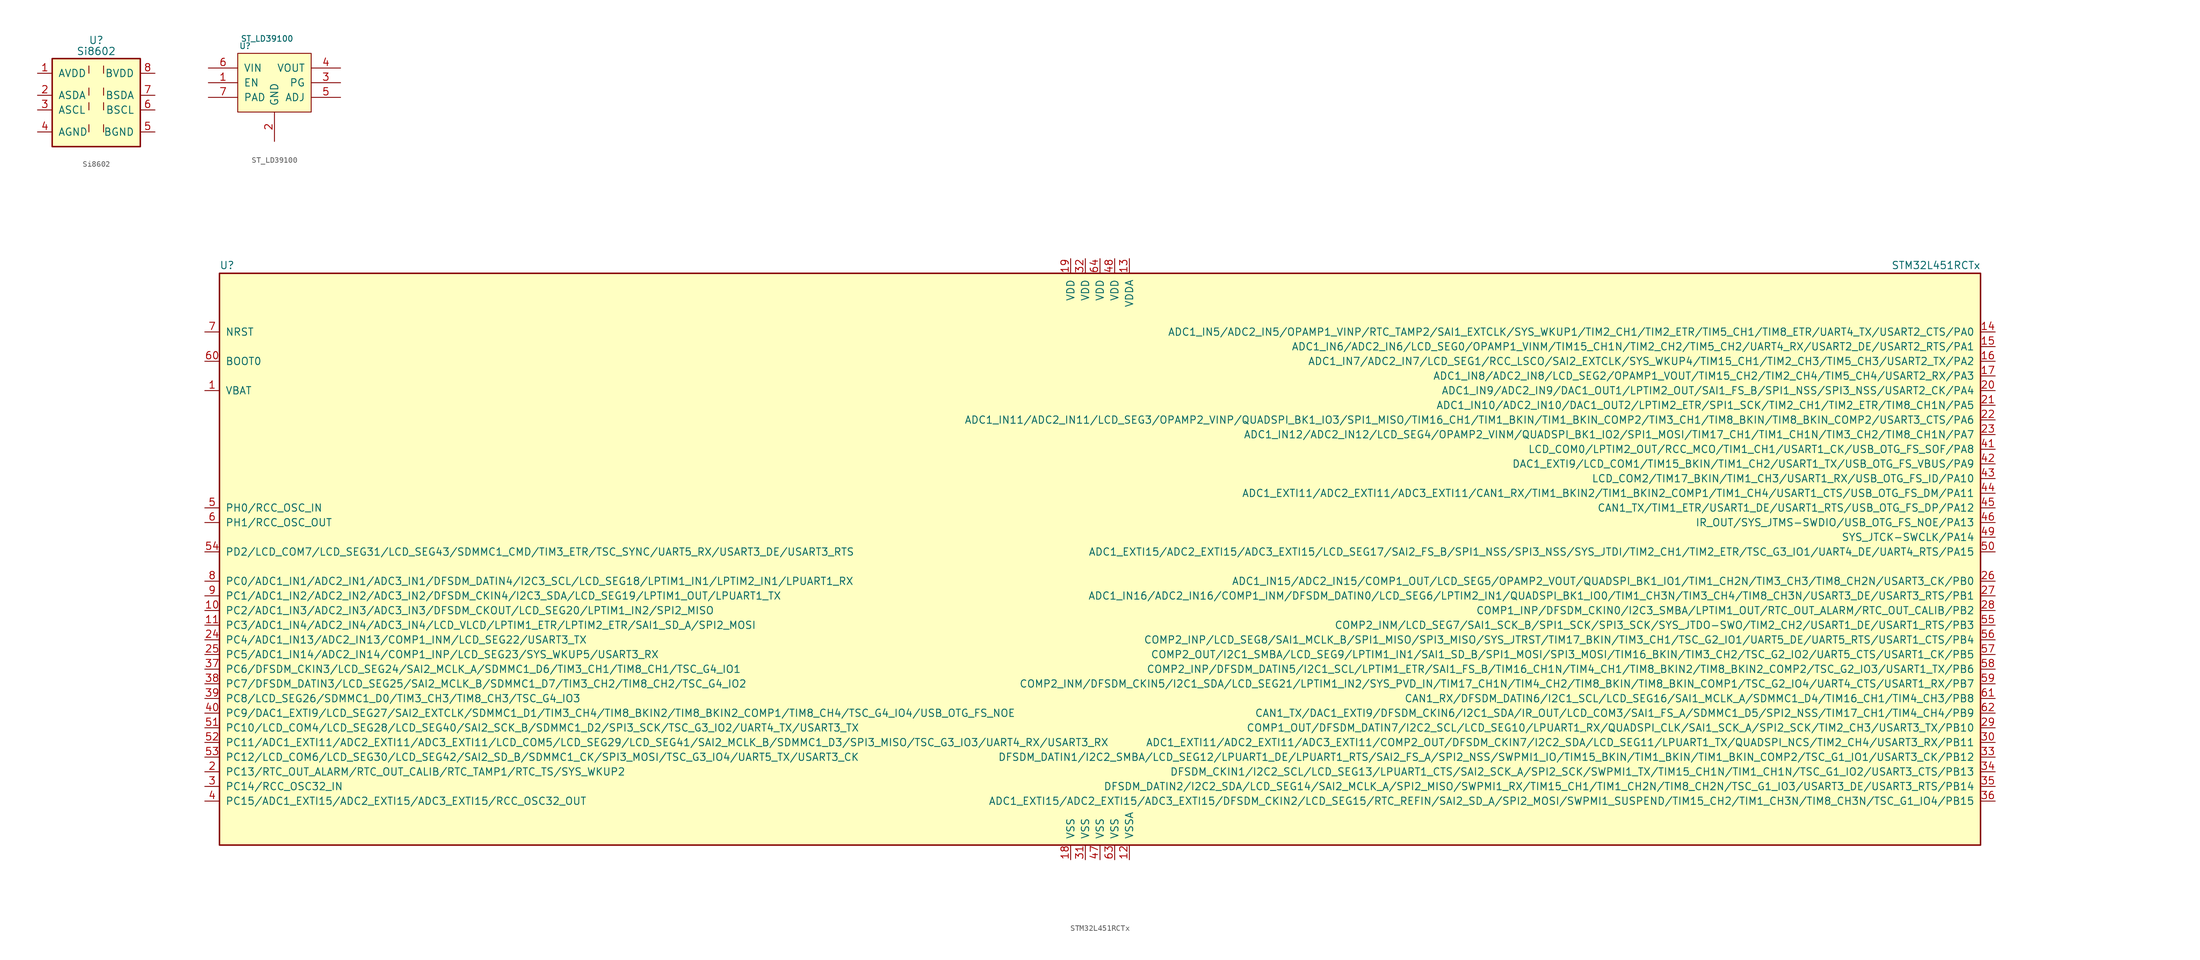
<source format=kicad_sym>
(kicad_symbol_lib
  (version 20211014)
  (generator kicad_symbol_editor)
  (symbol "Si8602"
    (pin_names
      (offset 1.016))
    (property "Reference" "U"
      (at 0 10.795 0)
      (effects (font (size 1.27 1.27))))
    (property "Value" "Si8602"
      (at 0 8.89 0)
      (effects (font (size 1.27 1.27))))
    (symbol "Si8602_0_1"
      (rectangle (start -7.62 7.62) (end 7.62 -7.62) (stroke (width 0.254) (type default) (color 0 0 0 0)) (fill (type background)))
      (polyline (pts (xy -1.27 -3.81) (xy -1.27 -5.08)) (stroke (width 0) (type default) (color 0 0 0 0)) (fill (type none)))
      (polyline (pts (xy -1.27 0) (xy -1.27 -1.27)) (stroke (width 0) (type default) (color 0 0 0 0)) (fill (type none)))
      (polyline (pts (xy -1.27 2.54) (xy -1.27 1.27)) (stroke (width 0) (type default) (color 0 0 0 0)) (fill (type none)))
      (polyline (pts (xy -1.27 6.35) (xy -1.27 5.08)) (stroke (width 0) (type default) (color 0 0 0 0)) (fill (type none)))
      (polyline (pts (xy 1.27 -3.81) (xy 1.27 -5.08)) (stroke (width 0) (type default) (color 0 0 0 0)) (fill (type none)))
      (polyline (pts (xy 1.27 0) (xy 1.27 -1.27)) (stroke (width 0) (type default) (color 0 0 0 0)) (fill (type none)))
      (polyline (pts (xy 1.27 2.54) (xy 1.27 1.27)) (stroke (width 0) (type default) (color 0 0 0 0)) (fill (type none)))
      (polyline (pts (xy 1.27 6.35) (xy 1.27 5.08)) (stroke (width 0) (type default) (color 0 0 0 0)) (fill (type none))))
    (symbol "Si8602_1_1"
      (pin power_in line (at -10.16 5.08 0) (length 2.54) (name "AVDD" (effects (font (size 1.27 1.27)))) (number "1" (effects (font (size 1.27 1.27)))))
      (pin input line (at -10.16 1.27 0) (length 2.54) (name "ASDA" (effects (font (size 1.27 1.27)))) (number "2" (effects (font (size 1.27 1.27)))))
      (pin input line (at -10.16 -1.27 0) (length 2.54) (name "ASCL" (effects (font (size 1.27 1.27)))) (number "3" (effects (font (size 1.27 1.27)))))
      (pin power_in line (at -10.16 -5.08 0) (length 2.54) (name "AGND" (effects (font (size 1.27 1.27)))) (number "4" (effects (font (size 1.27 1.27)))))
      (pin power_in line (at 10.16 -5.08 180) (length 2.54) (name "BGND" (effects (font (size 1.27 1.27)))) (number "5" (effects (font (size 1.27 1.27)))))
      (pin output line (at 10.16 -1.27 180) (length 2.54) (name "BSCL" (effects (font (size 1.27 1.27)))) (number "6" (effects (font (size 1.27 1.27)))))
      (pin output line (at 10.16 1.27 180) (length 2.54) (name "BSDA" (effects (font (size 1.27 1.27)))) (number "7" (effects (font (size 1.27 1.27)))))
      (pin power_in line (at 10.16 5.08 180) (length 2.54) (name "BVDD" (effects (font (size 1.27 1.27)))) (number "8" (effects (font (size 1.27 1.27)))))))
  (symbol "ST_LD39100"
    (pin_names
      (offset 1.016))
    (property "Reference" "U"
      (at -5.08 1.27 0)
      (effects (font (size 0.991 0.991))))
    (property "Value" "ST_LD39100"
      (at -1.27 2.54 0)
      (effects (font (size 0.991 0.991))))
    (symbol "ST_LD39100_0_1"
      (rectangle (start -6.35 0) (end 6.35 -10.16) (stroke (width 0) (type default) (color 0 0 0 0)) (fill (type background))))
    (symbol "ST_LD39100_1_1"
      (pin input line (at -11.43 -5.08 0) (length 5.08) (name "EN" (effects (font (size 1.27 1.27)))) (number "1" (effects (font (size 1.27 1.27)))))
      (pin input line (at 0 -15.24 90) (length 5.08) (name "GND" (effects (font (size 1.27 1.27)))) (number "2" (effects (font (size 1.27 1.27)))))
      (pin input line (at 11.43 -5.08 180) (length 5.08) (name "PG" (effects (font (size 1.27 1.27)))) (number "3" (effects (font (size 1.27 1.27)))))
      (pin input line (at 11.43 -2.54 180) (length 5.08) (name "VOUT" (effects (font (size 1.27 1.27)))) (number "4" (effects (font (size 1.27 1.27)))))
      (pin input line (at 11.43 -7.62 180) (length 5.08) (name "ADJ" (effects (font (size 1.27 1.27)))) (number "5" (effects (font (size 1.27 1.27)))))
      (pin input line (at -11.43 -2.54 0) (length 5.08) (name "VIN" (effects (font (size 1.27 1.27)))) (number "6" (effects (font (size 1.27 1.27)))))
      (pin input line (at -11.43 -7.62 0) (length 5.08) (name "PAD" (effects (font (size 1.27 1.27)))) (number "7" (effects (font (size 1.27 1.27)))))))
  (symbol "STM32L451RCTx"
    (pin_names
      (offset 1.016))
    (property "Reference" "U"
      (at -152.4 51.435 0)
      (effects (font (size 1.27 1.27)) (justify left bottom)))
    (property "Value" "STM32L451RCTx"
      (at 152.4 51.435 0)
      (effects (font (size 1.27 1.27)) (justify right bottom)))
    (property "ki_locked" ""
      (at 0 0 0)
      (effects (font (size 1.27 1.27))))
    (symbol "STM32L451RCTx_0_1"
      (rectangle (start -152.4 -48.26) (end 152.4 50.8) (stroke (width 0.254) (type default) (color 0 0 0 0)) (fill (type background))))
    (symbol "STM32L451RCTx_1_1"
      (pin power_in line (at -154.94 30.48 0) (length 2.54) (name "VBAT" (effects (font (size 1.27 1.27)))) (number "1" (effects (font (size 1.27 1.27)))))
      (pin bidirectional line (at -154.94 -7.62 0) (length 2.54) (name "PC2/ADC1_IN3/ADC2_IN3/ADC3_IN3/DFSDM_CKOUT/LCD_SEG20/LPTIM1_IN2/SPI2_MISO" (effects (font (size 1.27 1.27)))) (number "10" (effects (font (size 1.27 1.27)))))
      (pin bidirectional line (at -154.94 -10.16 0) (length 2.54) (name "PC3/ADC1_IN4/ADC2_IN4/ADC3_IN4/LCD_VLCD/LPTIM1_ETR/LPTIM2_ETR/SAI1_SD_A/SPI2_MOSI" (effects (font (size 1.27 1.27)))) (number "11" (effects (font (size 1.27 1.27)))))
      (pin power_in line (at 5.08 -50.8 90) (length 2.54) (name "VSSA" (effects (font (size 1.27 1.27)))) (number "12" (effects (font (size 1.27 1.27)))))
      (pin power_in line (at 5.08 53.34 270) (length 2.54) (name "VDDA" (effects (font (size 1.27 1.27)))) (number "13" (effects (font (size 1.27 1.27)))))
      (pin bidirectional line (at 154.94 40.64 180) (length 2.54) (name "ADC1_IN5/ADC2_IN5/OPAMP1_VINP/RTC_TAMP2/SAI1_EXTCLK/SYS_WKUP1/TIM2_CH1/TIM2_ETR/TIM5_CH1/TIM8_ETR/UART4_TX/USART2_CTS/PA0" (effects (font (size 1.27 1.27)))) (number "14" (effects (font (size 1.27 1.27)))))
      (pin bidirectional line (at 154.94 38.1 180) (length 2.54) (name "ADC1_IN6/ADC2_IN6/LCD_SEG0/OPAMP1_VINM/TIM15_CH1N/TIM2_CH2/TIM5_CH2/UART4_RX/USART2_DE/USART2_RTS/PA1" (effects (font (size 1.27 1.27)))) (number "15" (effects (font (size 1.27 1.27)))))
      (pin bidirectional line (at 154.94 35.56 180) (length 2.54) (name "ADC1_IN7/ADC2_IN7/LCD_SEG1/RCC_LSCO/SAI2_EXTCLK/SYS_WKUP4/TIM15_CH1/TIM2_CH3/TIM5_CH3/USART2_TX/PA2" (effects (font (size 1.27 1.27)))) (number "16" (effects (font (size 1.27 1.27)))))
      (pin bidirectional line (at 154.94 33.02 180) (length 2.54) (name "ADC1_IN8/ADC2_IN8/LCD_SEG2/OPAMP1_VOUT/TIM15_CH2/TIM2_CH4/TIM5_CH4/USART2_RX/PA3" (effects (font (size 1.27 1.27)))) (number "17" (effects (font (size 1.27 1.27)))))
      (pin power_in line (at -5.08 -50.8 90) (length 2.54) (name "VSS" (effects (font (size 1.27 1.27)))) (number "18" (effects (font (size 1.27 1.27)))))
      (pin power_in line (at -5.08 53.34 270) (length 2.54) (name "VDD" (effects (font (size 1.27 1.27)))) (number "19" (effects (font (size 1.27 1.27)))))
      (pin bidirectional line (at -154.94 -35.56 0) (length 2.54) (name "PC13/RTC_OUT_ALARM/RTC_OUT_CALIB/RTC_TAMP1/RTC_TS/SYS_WKUP2" (effects (font (size 1.27 1.27)))) (number "2" (effects (font (size 1.27 1.27)))))
      (pin bidirectional line (at 154.94 30.48 180) (length 2.54) (name "ADC1_IN9/ADC2_IN9/DAC1_OUT1/LPTIM2_OUT/SAI1_FS_B/SPI1_NSS/SPI3_NSS/USART2_CK/PA4" (effects (font (size 1.27 1.27)))) (number "20" (effects (font (size 1.27 1.27)))))
      (pin bidirectional line (at 154.94 27.94 180) (length 2.54) (name "ADC1_IN10/ADC2_IN10/DAC1_OUT2/LPTIM2_ETR/SPI1_SCK/TIM2_CH1/TIM2_ETR/TIM8_CH1N/PA5" (effects (font (size 1.27 1.27)))) (number "21" (effects (font (size 1.27 1.27)))))
      (pin bidirectional line (at 154.94 25.4 180) (length 2.54) (name "ADC1_IN11/ADC2_IN11/LCD_SEG3/OPAMP2_VINP/QUADSPI_BK1_IO3/SPI1_MISO/TIM16_CH1/TIM1_BKIN/TIM1_BKIN_COMP2/TIM3_CH1/TIM8_BKIN/TIM8_BKIN_COMP2/USART3_CTS/PA6" (effects (font (size 1.27 1.27)))) (number "22" (effects (font (size 1.27 1.27)))))
      (pin bidirectional line (at 154.94 22.86 180) (length 2.54) (name "ADC1_IN12/ADC2_IN12/LCD_SEG4/OPAMP2_VINM/QUADSPI_BK1_IO2/SPI1_MOSI/TIM17_CH1/TIM1_CH1N/TIM3_CH2/TIM8_CH1N/PA7" (effects (font (size 1.27 1.27)))) (number "23" (effects (font (size 1.27 1.27)))))
      (pin bidirectional line (at -154.94 -12.7 0) (length 2.54) (name "PC4/ADC1_IN13/ADC2_IN13/COMP1_INM/LCD_SEG22/USART3_TX" (effects (font (size 1.27 1.27)))) (number "24" (effects (font (size 1.27 1.27)))))
      (pin bidirectional line (at -154.94 -15.24 0) (length 2.54) (name "PC5/ADC1_IN14/ADC2_IN14/COMP1_INP/LCD_SEG23/SYS_WKUP5/USART3_RX" (effects (font (size 1.27 1.27)))) (number "25" (effects (font (size 1.27 1.27)))))
      (pin bidirectional line (at 154.94 -2.54 180) (length 2.54) (name "ADC1_IN15/ADC2_IN15/COMP1_OUT/LCD_SEG5/OPAMP2_VOUT/QUADSPI_BK1_IO1/TIM1_CH2N/TIM3_CH3/TIM8_CH2N/USART3_CK/PB0" (effects (font (size 1.27 1.27)))) (number "26" (effects (font (size 1.27 1.27)))))
      (pin bidirectional line (at 154.94 -5.08 180) (length 2.54) (name "ADC1_IN16/ADC2_IN16/COMP1_INM/DFSDM_DATIN0/LCD_SEG6/LPTIM2_IN1/QUADSPI_BK1_IO0/TIM1_CH3N/TIM3_CH4/TIM8_CH3N/USART3_DE/USART3_RTS/PB1" (effects (font (size 1.27 1.27)))) (number "27" (effects (font (size 1.27 1.27)))))
      (pin bidirectional line (at 154.94 -7.62 180) (length 2.54) (name "COMP1_INP/DFSDM_CKIN0/I2C3_SMBA/LPTIM1_OUT/RTC_OUT_ALARM/RTC_OUT_CALIB/PB2" (effects (font (size 1.27 1.27)))) (number "28" (effects (font (size 1.27 1.27)))))
      (pin bidirectional line (at 154.94 -27.94 180) (length 2.54) (name "COMP1_OUT/DFSDM_DATIN7/I2C2_SCL/LCD_SEG10/LPUART1_RX/QUADSPI_CLK/SAI1_SCK_A/SPI2_SCK/TIM2_CH3/USART3_TX/PB10" (effects (font (size 1.27 1.27)))) (number "29" (effects (font (size 1.27 1.27)))))
      (pin bidirectional line (at -154.94 -38.1 0) (length 2.54) (name "PC14/RCC_OSC32_IN" (effects (font (size 1.27 1.27)))) (number "3" (effects (font (size 1.27 1.27)))))
      (pin bidirectional line (at 154.94 -30.48 180) (length 2.54) (name "ADC1_EXTI11/ADC2_EXTI11/ADC3_EXTI11/COMP2_OUT/DFSDM_CKIN7/I2C2_SDA/LCD_SEG11/LPUART1_TX/QUADSPI_NCS/TIM2_CH4/USART3_RX/PB11" (effects (font (size 1.27 1.27)))) (number "30" (effects (font (size 1.27 1.27)))))
      (pin power_in line (at -2.54 -50.8 90) (length 2.54) (name "VSS" (effects (font (size 1.27 1.27)))) (number "31" (effects (font (size 1.27 1.27)))))
      (pin power_in line (at -2.54 53.34 270) (length 2.54) (name "VDD" (effects (font (size 1.27 1.27)))) (number "32" (effects (font (size 1.27 1.27)))))
      (pin bidirectional line (at 154.94 -33.02 180) (length 2.54) (name "DFSDM_DATIN1/I2C2_SMBA/LCD_SEG12/LPUART1_DE/LPUART1_RTS/SAI2_FS_A/SPI2_NSS/SWPMI1_IO/TIM15_BKIN/TIM1_BKIN/TIM1_BKIN_COMP2/TSC_G1_IO1/USART3_CK/PB12" (effects (font (size 1.27 1.27)))) (number "33" (effects (font (size 1.27 1.27)))))
      (pin bidirectional line (at 154.94 -35.56 180) (length 2.54) (name "DFSDM_CKIN1/I2C2_SCL/LCD_SEG13/LPUART1_CTS/SAI2_SCK_A/SPI2_SCK/SWPMI1_TX/TIM15_CH1N/TIM1_CH1N/TSC_G1_IO2/USART3_CTS/PB13" (effects (font (size 1.27 1.27)))) (number "34" (effects (font (size 1.27 1.27)))))
      (pin bidirectional line (at 154.94 -38.1 180) (length 2.54) (name "DFSDM_DATIN2/I2C2_SDA/LCD_SEG14/SAI2_MCLK_A/SPI2_MISO/SWPMI1_RX/TIM15_CH1/TIM1_CH2N/TIM8_CH2N/TSC_G1_IO3/USART3_DE/USART3_RTS/PB14" (effects (font (size 1.27 1.27)))) (number "35" (effects (font (size 1.27 1.27)))))
      (pin bidirectional line (at 154.94 -40.64 180) (length 2.54) (name "ADC1_EXTI15/ADC2_EXTI15/ADC3_EXTI15/DFSDM_CKIN2/LCD_SEG15/RTC_REFIN/SAI2_SD_A/SPI2_MOSI/SWPMI1_SUSPEND/TIM15_CH2/TIM1_CH3N/TIM8_CH3N/TSC_G1_IO4/PB15" (effects (font (size 1.27 1.27)))) (number "36" (effects (font (size 1.27 1.27)))))
      (pin bidirectional line (at -154.94 -17.78 0) (length 2.54) (name "PC6/DFSDM_CKIN3/LCD_SEG24/SAI2_MCLK_A/SDMMC1_D6/TIM3_CH1/TIM8_CH1/TSC_G4_IO1" (effects (font (size 1.27 1.27)))) (number "37" (effects (font (size 1.27 1.27)))))
      (pin bidirectional line (at -154.94 -20.32 0) (length 2.54) (name "PC7/DFSDM_DATIN3/LCD_SEG25/SAI2_MCLK_B/SDMMC1_D7/TIM3_CH2/TIM8_CH2/TSC_G4_IO2" (effects (font (size 1.27 1.27)))) (number "38" (effects (font (size 1.27 1.27)))))
      (pin bidirectional line (at -154.94 -22.86 0) (length 2.54) (name "PC8/LCD_SEG26/SDMMC1_D0/TIM3_CH3/TIM8_CH3/TSC_G4_IO3" (effects (font (size 1.27 1.27)))) (number "39" (effects (font (size 1.27 1.27)))))
      (pin bidirectional line (at -154.94 -40.64 0) (length 2.54) (name "PC15/ADC1_EXTI15/ADC2_EXTI15/ADC3_EXTI15/RCC_OSC32_OUT" (effects (font (size 1.27 1.27)))) (number "4" (effects (font (size 1.27 1.27)))))
      (pin bidirectional line (at -154.94 -25.4 0) (length 2.54) (name "PC9/DAC1_EXTI9/LCD_SEG27/SAI2_EXTCLK/SDMMC1_D1/TIM3_CH4/TIM8_BKIN2/TIM8_BKIN2_COMP1/TIM8_CH4/TSC_G4_IO4/USB_OTG_FS_NOE" (effects (font (size 1.27 1.27)))) (number "40" (effects (font (size 1.27 1.27)))))
      (pin bidirectional line (at 154.94 20.32 180) (length 2.54) (name "LCD_COM0/LPTIM2_OUT/RCC_MCO/TIM1_CH1/USART1_CK/USB_OTG_FS_SOF/PA8" (effects (font (size 1.27 1.27)))) (number "41" (effects (font (size 1.27 1.27)))))
      (pin bidirectional line (at 154.94 17.78 180) (length 2.54) (name "DAC1_EXTI9/LCD_COM1/TIM15_BKIN/TIM1_CH2/USART1_TX/USB_OTG_FS_VBUS/PA9" (effects (font (size 1.27 1.27)))) (number "42" (effects (font (size 1.27 1.27)))))
      (pin bidirectional line (at 154.94 15.24 180) (length 2.54) (name "LCD_COM2/TIM17_BKIN/TIM1_CH3/USART1_RX/USB_OTG_FS_ID/PA10" (effects (font (size 1.27 1.27)))) (number "43" (effects (font (size 1.27 1.27)))))
      (pin bidirectional line (at 154.94 12.7 180) (length 2.54) (name "ADC1_EXTI11/ADC2_EXTI11/ADC3_EXTI11/CAN1_RX/TIM1_BKIN2/TIM1_BKIN2_COMP1/TIM1_CH4/USART1_CTS/USB_OTG_FS_DM/PA11" (effects (font (size 1.27 1.27)))) (number "44" (effects (font (size 1.27 1.27)))))
      (pin bidirectional line (at 154.94 10.16 180) (length 2.54) (name "CAN1_TX/TIM1_ETR/USART1_DE/USART1_RTS/USB_OTG_FS_DP/PA12" (effects (font (size 1.27 1.27)))) (number "45" (effects (font (size 1.27 1.27)))))
      (pin bidirectional line (at 154.94 7.62 180) (length 2.54) (name "IR_OUT/SYS_JTMS-SWDIO/USB_OTG_FS_NOE/PA13" (effects (font (size 1.27 1.27)))) (number "46" (effects (font (size 1.27 1.27)))))
      (pin power_in line (at 0 -50.8 90) (length 2.54) (name "VSS" (effects (font (size 1.27 1.27)))) (number "47" (effects (font (size 1.27 1.27)))))
      (pin power_in line (at 2.54 53.34 270) (length 2.54) (name "VDD" (effects (font (size 1.27 1.27)))) (number "48" (effects (font (size 1.27 1.27)))))
      (pin bidirectional line (at 154.94 5.08 180) (length 2.54) (name "SYS_JTCK-SWCLK/PA14" (effects (font (size 1.27 1.27)))) (number "49" (effects (font (size 1.27 1.27)))))
      (pin input line (at -154.94 10.16 0) (length 2.54) (name "PH0/RCC_OSC_IN" (effects (font (size 1.27 1.27)))) (number "5" (effects (font (size 1.27 1.27)))))
      (pin bidirectional line (at 154.94 2.54 180) (length 2.54) (name "ADC1_EXTI15/ADC2_EXTI15/ADC3_EXTI15/LCD_SEG17/SAI2_FS_B/SPI1_NSS/SPI3_NSS/SYS_JTDI/TIM2_CH1/TIM2_ETR/TSC_G3_IO1/UART4_DE/UART4_RTS/PA15" (effects (font (size 1.27 1.27)))) (number "50" (effects (font (size 1.27 1.27)))))
      (pin bidirectional line (at -154.94 -27.94 0) (length 2.54) (name "PC10/LCD_COM4/LCD_SEG28/LCD_SEG40/SAI2_SCK_B/SDMMC1_D2/SPI3_SCK/TSC_G3_IO2/UART4_TX/USART3_TX" (effects (font (size 1.27 1.27)))) (number "51" (effects (font (size 1.27 1.27)))))
      (pin bidirectional line (at -154.94 -30.48 0) (length 2.54) (name "PC11/ADC1_EXTI11/ADC2_EXTI11/ADC3_EXTI11/LCD_COM5/LCD_SEG29/LCD_SEG41/SAI2_MCLK_B/SDMMC1_D3/SPI3_MISO/TSC_G3_IO3/UART4_RX/USART3_RX" (effects (font (size 1.27 1.27)))) (number "52" (effects (font (size 1.27 1.27)))))
      (pin bidirectional line (at -154.94 -33.02 0) (length 2.54) (name "PC12/LCD_COM6/LCD_SEG30/LCD_SEG42/SAI2_SD_B/SDMMC1_CK/SPI3_MOSI/TSC_G3_IO4/UART5_TX/USART3_CK" (effects (font (size 1.27 1.27)))) (number "53" (effects (font (size 1.27 1.27)))))
      (pin bidirectional line (at -154.94 2.54 0) (length 2.54) (name "PD2/LCD_COM7/LCD_SEG31/LCD_SEG43/SDMMC1_CMD/TIM3_ETR/TSC_SYNC/UART5_RX/USART3_DE/USART3_RTS" (effects (font (size 1.27 1.27)))) (number "54" (effects (font (size 1.27 1.27)))))
      (pin bidirectional line (at 154.94 -10.16 180) (length 2.54) (name "COMP2_INM/LCD_SEG7/SAI1_SCK_B/SPI1_SCK/SPI3_SCK/SYS_JTDO-SWO/TIM2_CH2/USART1_DE/USART1_RTS/PB3" (effects (font (size 1.27 1.27)))) (number "55" (effects (font (size 1.27 1.27)))))
      (pin bidirectional line (at 154.94 -12.7 180) (length 2.54) (name "COMP2_INP/LCD_SEG8/SAI1_MCLK_B/SPI1_MISO/SPI3_MISO/SYS_JTRST/TIM17_BKIN/TIM3_CH1/TSC_G2_IO1/UART5_DE/UART5_RTS/USART1_CTS/PB4" (effects (font (size 1.27 1.27)))) (number "56" (effects (font (size 1.27 1.27)))))
      (pin bidirectional line (at 154.94 -15.24 180) (length 2.54) (name "COMP2_OUT/I2C1_SMBA/LCD_SEG9/LPTIM1_IN1/SAI1_SD_B/SPI1_MOSI/SPI3_MOSI/TIM16_BKIN/TIM3_CH2/TSC_G2_IO2/UART5_CTS/USART1_CK/PB5" (effects (font (size 1.27 1.27)))) (number "57" (effects (font (size 1.27 1.27)))))
      (pin bidirectional line (at 154.94 -17.78 180) (length 2.54) (name "COMP2_INP/DFSDM_DATIN5/I2C1_SCL/LPTIM1_ETR/SAI1_FS_B/TIM16_CH1N/TIM4_CH1/TIM8_BKIN2/TIM8_BKIN2_COMP2/TSC_G2_IO3/USART1_TX/PB6" (effects (font (size 1.27 1.27)))) (number "58" (effects (font (size 1.27 1.27)))))
      (pin bidirectional line (at 154.94 -20.32 180) (length 2.54) (name "COMP2_INM/DFSDM_CKIN5/I2C1_SDA/LCD_SEG21/LPTIM1_IN2/SYS_PVD_IN/TIM17_CH1N/TIM4_CH2/TIM8_BKIN/TIM8_BKIN_COMP1/TSC_G2_IO4/UART4_CTS/USART1_RX/PB7" (effects (font (size 1.27 1.27)))) (number "59" (effects (font (size 1.27 1.27)))))
      (pin input line (at -154.94 7.62 0) (length 2.54) (name "PH1/RCC_OSC_OUT" (effects (font (size 1.27 1.27)))) (number "6" (effects (font (size 1.27 1.27)))))
      (pin input line (at -154.94 35.56 0) (length 2.54) (name "BOOT0" (effects (font (size 1.27 1.27)))) (number "60" (effects (font (size 1.27 1.27)))))
      (pin bidirectional line (at 154.94 -22.86 180) (length 2.54) (name "CAN1_RX/DFSDM_DATIN6/I2C1_SCL/LCD_SEG16/SAI1_MCLK_A/SDMMC1_D4/TIM16_CH1/TIM4_CH3/PB8" (effects (font (size 1.27 1.27)))) (number "61" (effects (font (size 1.27 1.27)))))
      (pin bidirectional line (at 154.94 -25.4 180) (length 2.54) (name "CAN1_TX/DAC1_EXTI9/DFSDM_CKIN6/I2C1_SDA/IR_OUT/LCD_COM3/SAI1_FS_A/SDMMC1_D5/SPI2_NSS/TIM17_CH1/TIM4_CH4/PB9" (effects (font (size 1.27 1.27)))) (number "62" (effects (font (size 1.27 1.27)))))
      (pin power_in line (at 2.54 -50.8 90) (length 2.54) (name "VSS" (effects (font (size 1.27 1.27)))) (number "63" (effects (font (size 1.27 1.27)))))
      (pin power_in line (at 0 53.34 270) (length 2.54) (name "VDD" (effects (font (size 1.27 1.27)))) (number "64" (effects (font (size 1.27 1.27)))))
      (pin input line (at -154.94 40.64 0) (length 2.54) (name "NRST" (effects (font (size 1.27 1.27)))) (number "7" (effects (font (size 1.27 1.27)))))
      (pin bidirectional line (at -154.94 -2.54 0) (length 2.54) (name "PC0/ADC1_IN1/ADC2_IN1/ADC3_IN1/DFSDM_DATIN4/I2C3_SCL/LCD_SEG18/LPTIM1_IN1/LPTIM2_IN1/LPUART1_RX" (effects (font (size 1.27 1.27)))) (number "8" (effects (font (size 1.27 1.27)))))
      (pin bidirectional line (at -154.94 -5.08 0) (length 2.54) (name "PC1/ADC1_IN2/ADC2_IN2/ADC3_IN2/DFSDM_CKIN4/I2C3_SDA/LCD_SEG19/LPTIM1_OUT/LPUART1_TX" (effects (font (size 1.27 1.27)))) (number "9" (effects (font (size 1.27 1.27))))))))
</source>
